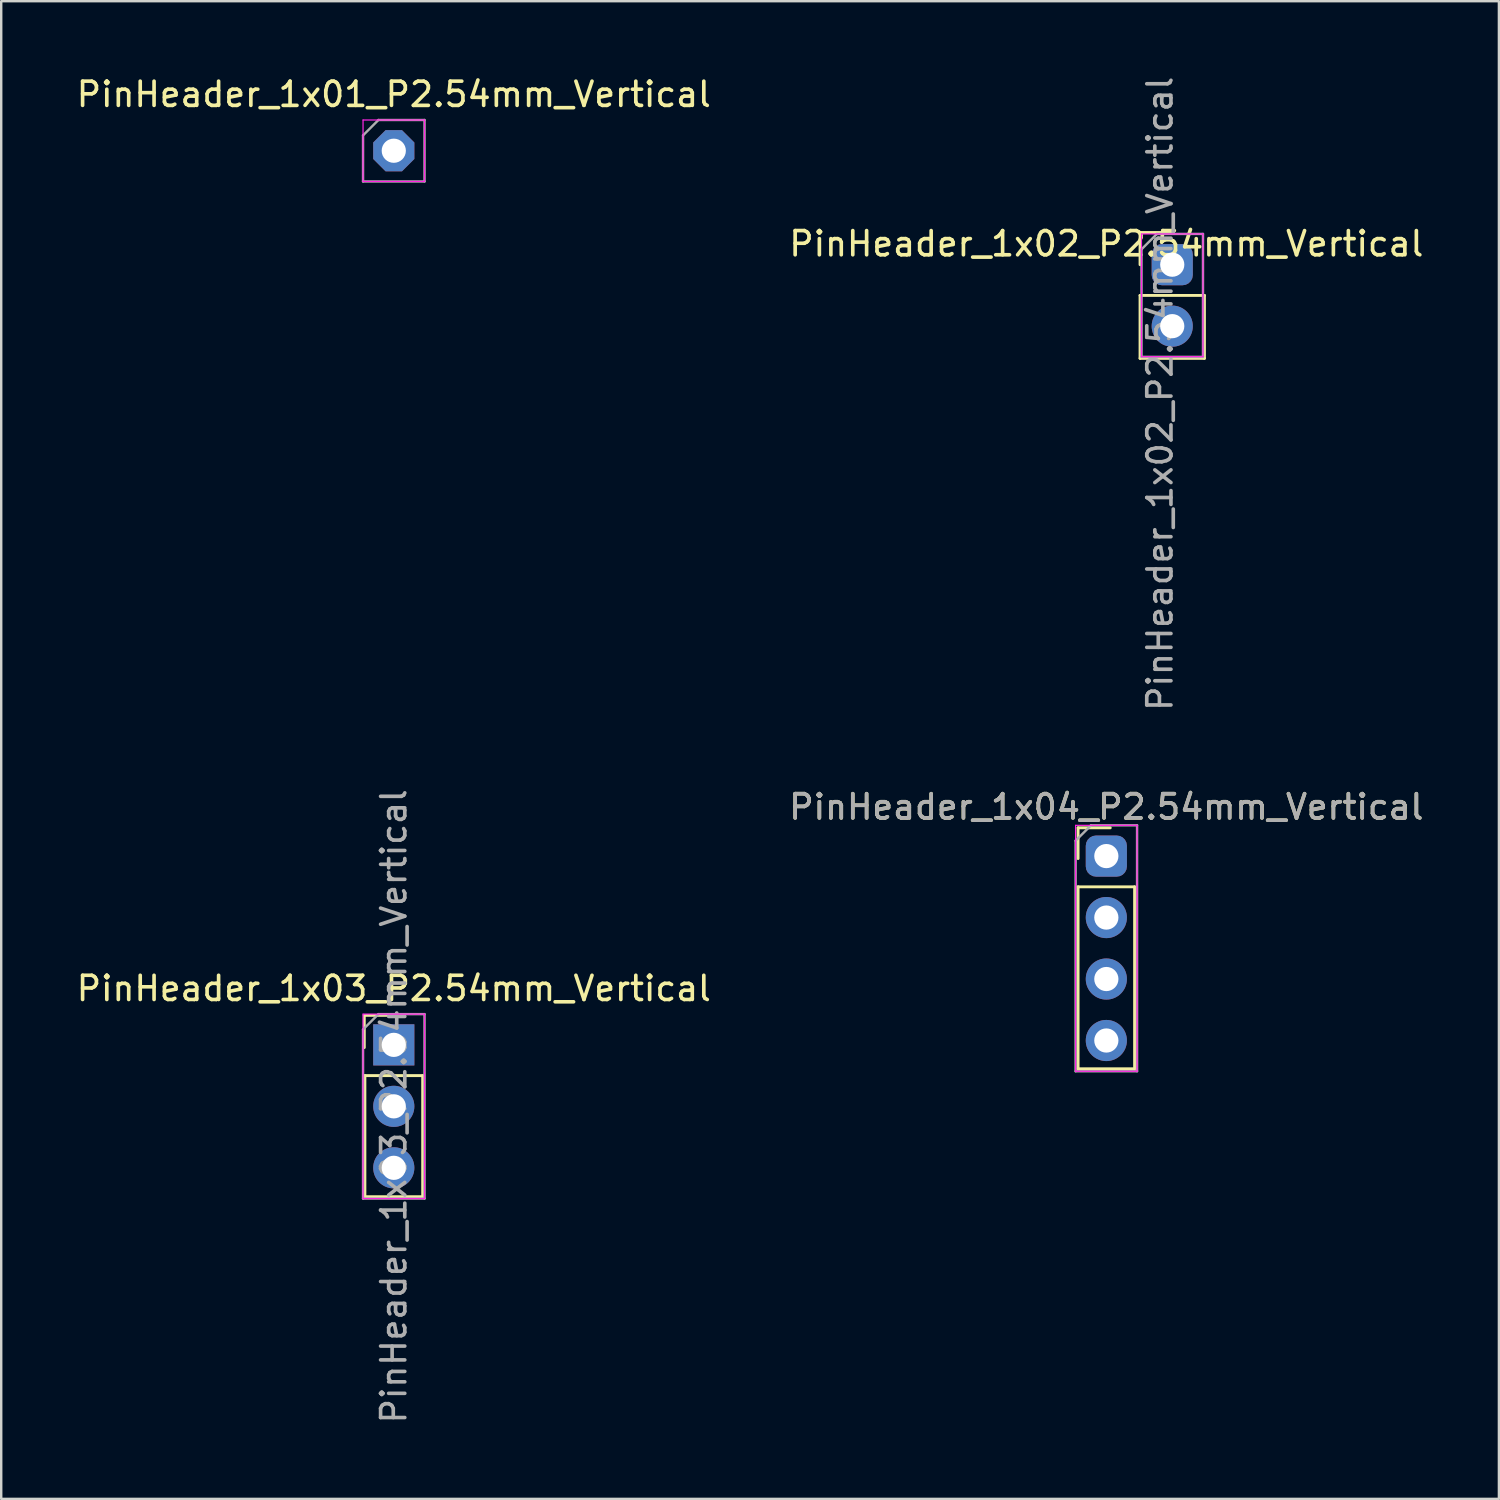
<source format=kicad_pcb>
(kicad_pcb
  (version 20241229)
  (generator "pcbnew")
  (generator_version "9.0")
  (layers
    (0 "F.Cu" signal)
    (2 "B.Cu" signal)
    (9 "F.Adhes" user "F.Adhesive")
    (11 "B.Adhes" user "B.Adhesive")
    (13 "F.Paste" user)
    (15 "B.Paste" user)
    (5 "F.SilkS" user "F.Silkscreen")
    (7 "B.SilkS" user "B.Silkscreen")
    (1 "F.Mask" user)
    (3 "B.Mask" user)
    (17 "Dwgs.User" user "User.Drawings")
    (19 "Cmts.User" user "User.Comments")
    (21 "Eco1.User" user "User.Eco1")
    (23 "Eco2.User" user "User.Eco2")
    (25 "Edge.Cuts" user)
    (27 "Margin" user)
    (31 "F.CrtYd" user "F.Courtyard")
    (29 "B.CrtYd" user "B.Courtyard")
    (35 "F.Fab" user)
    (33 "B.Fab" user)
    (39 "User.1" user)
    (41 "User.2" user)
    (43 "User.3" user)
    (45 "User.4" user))
  (footprint "PinHeader_1x02_P2.54mm_Vertical"
    (layer "F.Cu")
    (at 45.384 7.886)
    (property "Reference" "PinHeader_1x02_P2.54mm_Vertical" (at -2.723 -0.864 180) (layer "F.SilkS") (effects (font (size 1 1) (thickness 0.15))))
    (attr through_hole)
    (fp_line (start -1.33 -1.33) (end 0 -1.33) (stroke (width 0.12) (type solid)) (layer "F.SilkS"))
    (fp_line (start -1.33 0) (end -1.33 -1.33) (stroke (width 0.12) (type solid)) (layer "F.SilkS"))
    (fp_line (start -1.33 1.27) (end -1.33 3.87) (stroke (width 0.12) (type solid)) (layer "F.SilkS"))
    (fp_line (start -1.33 1.27) (end 1.33 1.27) (stroke (width 0.12) (type solid)) (layer "F.SilkS"))
    (fp_line (start -1.33 3.87) (end 1.33 3.87) (stroke (width 0.12) (type solid)) (layer "F.SilkS"))
    (fp_line (start 1.33 1.27) (end 1.33 3.87) (stroke (width 0.12) (type solid)) (layer "F.SilkS"))
    (fp_line (start -1.27 -1.27) (end -1.27 3.8) (stroke (width 0.05) (type solid)) (layer "F.CrtYd"))
    (fp_line (start -1.27 3.8) (end 1.27 3.8) (stroke (width 0.05) (type solid)) (layer "F.CrtYd"))
    (fp_line (start 1.27 -1.27) (end -1.27 -1.27) (stroke (width 0.05) (type solid)) (layer "F.CrtYd"))
    (fp_line (start 1.27 3.8) (end 1.27 -1.27) (stroke (width 0.05) (type solid)) (layer "F.CrtYd"))
    (fp_line (start -1.27 -0.635) (end -0.635 -1.27) (stroke (width 0.1) (type solid)) (layer "F.Fab"))
    (fp_line (start -1.27 3.81) (end -1.27 -0.635) (stroke (width 0.1) (type solid)) (layer "F.Fab"))
    (fp_line (start -0.635 -1.27) (end 1.27 -1.27) (stroke (width 0.1) (type solid)) (layer "F.Fab"))
    (fp_line (start 1.27 -1.27) (end 1.27 3.81) (stroke (width 0.1) (type solid)) (layer "F.Fab"))
    (fp_line (start 1.27 3.81) (end -1.27 3.81) (stroke (width 0.1) (type solid)) (layer "F.Fab"))
    (fp_text user "${REFERENCE}" (at -0.508 5.334 90) (layer "F.Fab") (effects (font (size 1 1) (thickness 0.15))))
    (pad "1" thru_hole roundrect (at 0 0 180) (size 1.7 1.7) (drill 1) (layers "*.Cu" "*.Mask") (roundrect_rratio 0.25))
    (pad "2" thru_hole oval (at 0 2.54 180) (size 1.7 1.7) (drill 1) (layers "*.Cu" "*.Mask")))
  (footprint "PinHeader_1x01_P2.54mm_Vertical"
    (layer "F.Cu")
    (at 13.22 3.178)
    (property "Reference" "PinHeader_1x01_P2.54mm_Vertical" (at 0 -2.33 0) (layer "F.SilkS") (effects (font (size 1 1) (thickness 0.15))))
    (attr through_hole exclude_from_pos_files allow_missing_courtyard)
    (fp_line (start -1.27 -1.27) (end -1.27 1.27) (stroke (width 0.05) (type solid)) (layer "F.CrtYd"))
    (fp_line (start -1.27 1.27) (end 1.27 1.27) (stroke (width 0.05) (type solid)) (layer "F.CrtYd"))
    (fp_line (start 1.27 -1.27) (end -1.27 -1.27) (stroke (width 0.05) (type solid)) (layer "F.CrtYd"))
    (fp_line (start 1.27 1.27) (end 1.27 -1.27) (stroke (width 0.05) (type solid)) (layer "F.CrtYd"))
    (fp_line (start -1.27 -0.635) (end -0.635 -1.27) (stroke (width 0.1) (type solid)) (layer "F.Fab"))
    (fp_line (start -1.27 1.27) (end -1.27 -0.635) (stroke (width 0.1) (type solid)) (layer "F.Fab"))
    (fp_line (start -0.635 -1.27) (end 1.27 -1.27) (stroke (width 0.1) (type solid)) (layer "F.Fab"))
    (fp_line (start 1.27 -1.27) (end 1.27 1.27) (stroke (width 0.1) (type solid)) (layer "F.Fab"))
    (fp_line (start 1.27 1.27) (end -1.27 1.27) (stroke (width 0.1) (type solid)) (layer "F.Fab"))
    (pad "1" thru_hole roundrect (at 0 0 180) (size 1.7 1.7) (drill 1) (layers "*.Cu" "*.Mask") (roundrect_rratio 0) (chamfer_ratio 0.3) (chamfer top_left top_right bottom_left bottom_right)))
  (footprint "PinHeader_1x03_P2.54mm_Vertical"
    (layer "F.Cu")
    (at 13.22 40.121)
    (property "Reference" "PinHeader_1x03_P2.54mm_Vertical" (at 0 -2.33 0) (layer "F.SilkS") (effects (font (size 1 1) (thickness 0.15))))
    (attr through_hole)
    (fp_line (start -1.219 -1.219) (end 0.111 -1.219) (stroke (width 0.12) (type solid)) (layer "F.SilkS"))
    (fp_line (start -1.219 0.111) (end -1.219 -1.219) (stroke (width 0.12) (type solid)) (layer "F.SilkS"))
    (fp_line (start -1.194 1.27) (end -1.194 6.274) (stroke (width 0.12) (type solid)) (layer "F.SilkS"))
    (fp_line (start -1.194 1.27) (end 1.194 1.27) (stroke (width 0.12) (type solid)) (layer "F.SilkS"))
    (fp_line (start -1.194 6.274) (end 1.194 6.274) (stroke (width 0.12) (type solid)) (layer "F.SilkS"))
    (fp_line (start 1.194 1.27) (end 1.194 6.274) (stroke (width 0.12) (type solid)) (layer "F.SilkS"))
    (fp_line (start -1.27 -1.27) (end -1.27 6.35) (stroke (width 0.05) (type solid)) (layer "F.CrtYd"))
    (fp_line (start -1.27 6.35) (end 1.27 6.35) (stroke (width 0.05) (type solid)) (layer "F.CrtYd"))
    (fp_line (start 1.27 -1.27) (end -1.27 -1.27) (stroke (width 0.05) (type solid)) (layer "F.CrtYd"))
    (fp_line (start 1.27 6.35) (end 1.27 -1.27) (stroke (width 0.05) (type solid)) (layer "F.CrtYd"))
    (fp_line (start -1.27 -0.635) (end -0.635 -1.27) (stroke (width 0.1) (type solid)) (layer "F.Fab"))
    (fp_line (start -1.27 6.35) (end -1.27 -0.635) (stroke (width 0.1) (type solid)) (layer "F.Fab"))
    (fp_line (start -0.635 -1.27) (end 1.27 -1.27) (stroke (width 0.1) (type solid)) (layer "F.Fab"))
    (fp_line (start 1.27 -1.27) (end 1.27 6.35) (stroke (width 0.1) (type solid)) (layer "F.Fab"))
    (fp_line (start 1.27 6.35) (end -1.27 6.35) (stroke (width 0.1) (type solid)) (layer "F.Fab"))
    (fp_text user "${REFERENCE}" (at 0 2.54 90) (layer "F.Fab") (effects (font (size 1 1) (thickness 0.15))))
    (pad "1" thru_hole rect (at 0 0) (size 1.7 1.7) (drill 1) (layers "*.Cu" "*.Mask"))
    (pad "2" thru_hole oval (at 0 2.54) (size 1.7 1.7) (drill 1) (layers "*.Cu" "*.Mask"))
    (pad "3" thru_hole oval (at 0 5.08) (size 1.7 1.7) (drill 1) (layers "*.Cu" "*.Mask")))
  (footprint "PinHeader_1x04_P2.54mm_Vertical"
    (layer "F.Cu")
    (at 42.661 32.321)
    (property "Reference" "PinHeader_1x04_P2.54mm_Vertical" (at 0 -2.032 0) (layer "F.SilkS") (effects (font (size 1 1) (thickness 0.15))))
    (attr through_hole)
    (fp_line (start -1.168 -1.168) (end 0.162 -1.168) (stroke (width 0.12) (type solid)) (layer "F.SilkS"))
    (fp_line (start -1.168 0.102) (end -1.168 -1.168) (stroke (width 0.12) (type solid)) (layer "F.SilkS"))
    (fp_line (start -1.168 1.27) (end -1.168 8.788) (stroke (width 0.12) (type solid)) (layer "F.SilkS"))
    (fp_line (start -1.168 1.27) (end 1.168 1.27) (stroke (width 0.12) (type solid)) (layer "F.SilkS"))
    (fp_line (start -1.168 8.788) (end 1.168 8.788) (stroke (width 0.12) (type solid)) (layer "F.SilkS"))
    (fp_line (start 1.168 1.27) (end 1.168 8.788) (stroke (width 0.12) (type solid)) (layer "F.SilkS"))
    (fp_line (start -1.27 -1.27) (end -1.27 8.89) (stroke (width 0.05) (type solid)) (layer "F.CrtYd"))
    (fp_line (start -1.27 8.89) (end 1.27 8.89) (stroke (width 0.05) (type solid)) (layer "F.CrtYd"))
    (fp_line (start 1.27 -1.27) (end -1.27 -1.27) (stroke (width 0.05) (type solid)) (layer "F.CrtYd"))
    (fp_line (start 1.27 8.89) (end 1.27 -1.27) (stroke (width 0.05) (type solid)) (layer "F.CrtYd"))
    (fp_line (start -1.27 -0.635) (end -0.635 -1.27) (stroke (width 0.1) (type solid)) (layer "F.Fab"))
    (fp_line (start -1.27 8.89) (end -1.27 -0.635) (stroke (width 0.1) (type solid)) (layer "F.Fab"))
    (fp_line (start -0.635 -1.27) (end 1.27 -1.27) (stroke (width 0.1) (type solid)) (layer "F.Fab"))
    (fp_line (start 1.27 -1.27) (end 1.27 8.89) (stroke (width 0.1) (type solid)) (layer "F.Fab"))
    (fp_line (start 1.27 8.89) (end -1.27 8.89) (stroke (width 0.1) (type solid)) (layer "F.Fab"))
    (fp_text user "${REFERENCE}" (at 0 -2.032 0) (layer "F.Fab") (effects (font (size 1 1) (thickness 0.15))))
    (pad "1" thru_hole roundrect (at 0 0) (size 1.7 1.7) (drill 1) (layers "*.Cu" "*.Mask") (roundrect_rratio 0.25))
    (pad "2" thru_hole oval (at 0 2.54) (size 1.7 1.7) (drill 1) (layers "*.Cu" "*.Mask"))
    (pad "3" thru_hole oval (at 0 5.08) (size 1.7 1.7) (drill 1) (layers "*.Cu" "*.Mask"))
    (pad "4" thru_hole oval (at 0 7.62) (size 1.7 1.7) (drill 1) (layers "*.Cu" "*.Mask")))
  (gr_rect
    (start -3 -3)
    (end 58.881 58.881)
    (stroke (width 0.1) (type default))
    (fill no)
    (layer "Edge.Cuts")))
</source>
